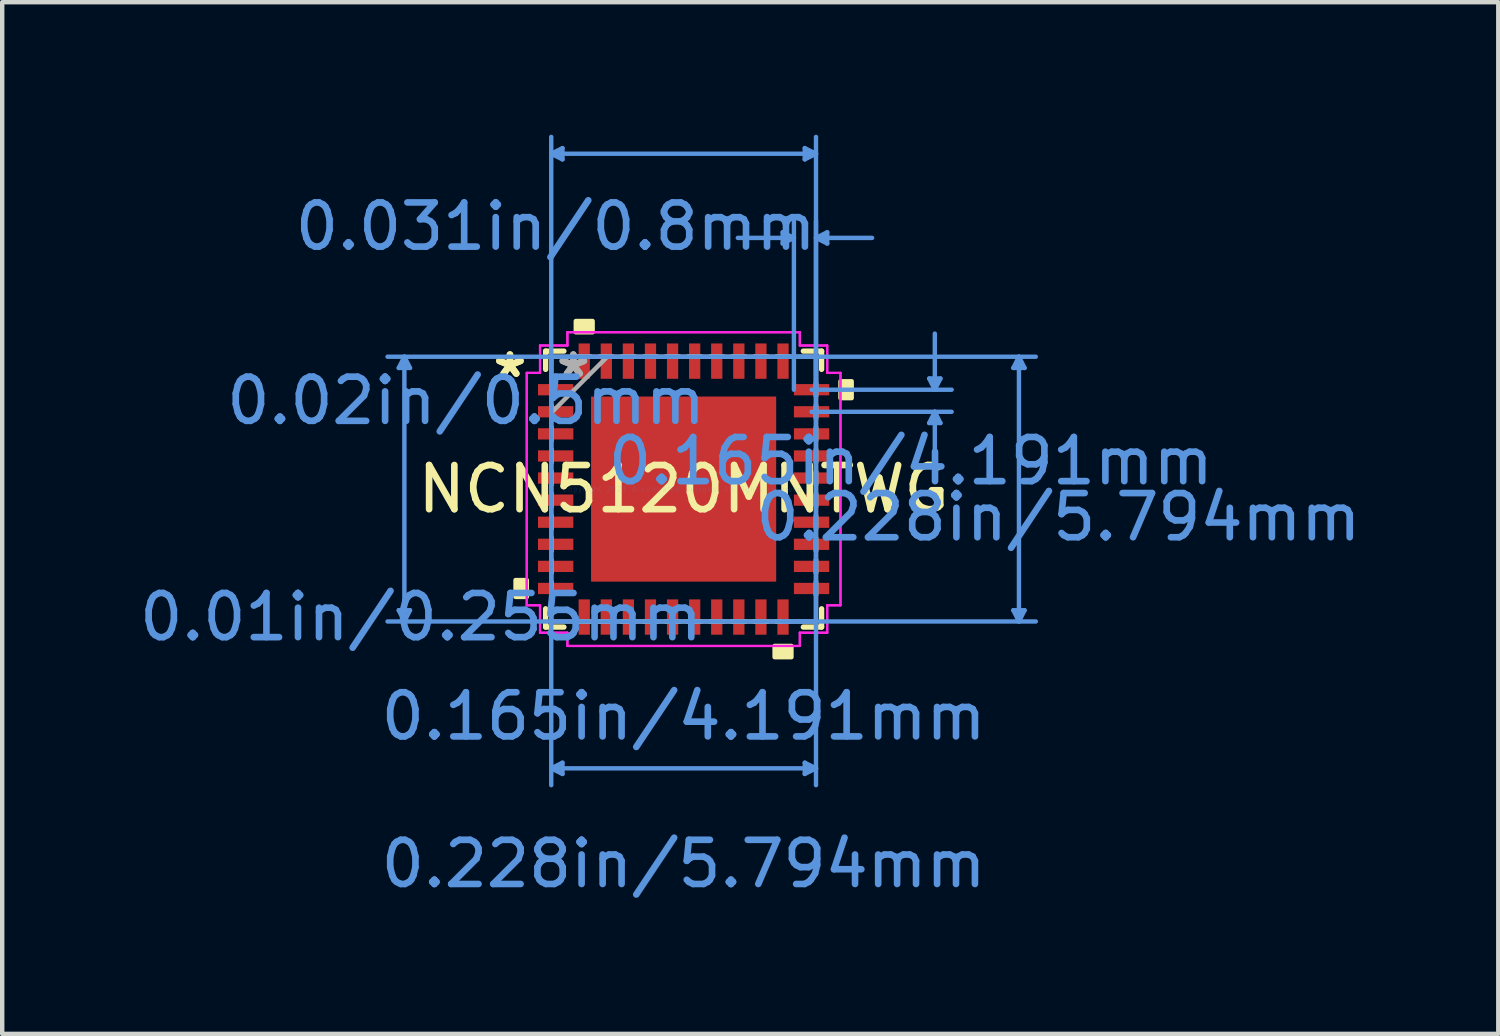
<source format=kicad_pcb>
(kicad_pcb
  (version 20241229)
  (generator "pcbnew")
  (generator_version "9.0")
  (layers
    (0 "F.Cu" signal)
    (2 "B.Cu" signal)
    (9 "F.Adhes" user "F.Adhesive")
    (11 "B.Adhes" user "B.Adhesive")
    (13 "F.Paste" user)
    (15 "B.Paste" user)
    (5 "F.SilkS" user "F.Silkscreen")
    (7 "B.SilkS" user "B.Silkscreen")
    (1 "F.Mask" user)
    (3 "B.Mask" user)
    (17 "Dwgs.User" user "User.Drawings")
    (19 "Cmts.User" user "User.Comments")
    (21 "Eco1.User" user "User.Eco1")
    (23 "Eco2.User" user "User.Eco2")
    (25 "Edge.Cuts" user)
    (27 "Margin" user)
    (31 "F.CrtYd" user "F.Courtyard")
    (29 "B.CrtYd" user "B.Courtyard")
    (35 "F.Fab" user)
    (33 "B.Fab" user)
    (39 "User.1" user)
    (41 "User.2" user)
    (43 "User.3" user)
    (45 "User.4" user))
  (footprint "NCN5120MNTWG"
    (layer "F.Cu")
    (at 12.427 8.023)
    (property "Reference" "NCN5120MNTWG" (at 0 0 0) (layer "F.SilkS") (effects (font (size 1 1) (thickness 0.15))))
    (attr through_hole)
    (fp_line (start -3.124 -3.124) (end -3.124 -2.71) (stroke (width 0.12) (type solid)) (layer "F.SilkS"))
    (fp_line (start -3.124 2.71) (end -3.124 3.124) (stroke (width 0.12) (type solid)) (layer "F.SilkS"))
    (fp_line (start -3.124 3.124) (end -2.71 3.124) (stroke (width 0.12) (type solid)) (layer "F.SilkS"))
    (fp_line (start -2.71 -3.124) (end -3.124 -3.124) (stroke (width 0.12) (type solid)) (layer "F.SilkS"))
    (fp_line (start 2.71 3.124) (end 3.124 3.124) (stroke (width 0.12) (type solid)) (layer "F.SilkS"))
    (fp_line (start 3.124 -3.124) (end 2.71 -3.124) (stroke (width 0.12) (type solid)) (layer "F.SilkS"))
    (fp_line (start 3.124 -2.71) (end 3.124 -3.124) (stroke (width 0.12) (type solid)) (layer "F.SilkS"))
    (fp_line (start 3.124 3.124) (end 3.124 2.71) (stroke (width 0.12) (type solid)) (layer "F.SilkS"))
    (fp_poly (pts (xy -3.805 2.06) (xy -3.805 2.441) (xy -3.551 2.441) (xy -3.551 2.06)) (stroke (width 0.1) (type solid)) (fill yes) (layer "F.SilkS"))
    (fp_poly (pts (xy -2.441 -3.551) (xy -2.441 -3.805) (xy -2.06 -3.805) (xy -2.06 -3.551)) (stroke (width 0.1) (type solid)) (fill yes) (layer "F.SilkS"))
    (fp_poly (pts (xy 2.06 3.551) (xy 2.06 3.805) (xy 2.441 3.805) (xy 2.441 3.551)) (stroke (width 0.1) (type solid)) (fill yes) (layer "F.SilkS"))
    (fp_poly (pts (xy 3.805 -2.441) (xy 3.805 -2.06) (xy 3.551 -2.06) (xy 3.551 -2.441)) (stroke (width 0.1) (type solid)) (fill yes) (layer "F.SilkS"))
    (fp_poly (pts (xy -1.996 -1.996) (xy -1.996 -0.798) (xy -0.798 -0.798) (xy -0.798 -1.996)) (stroke (width 0.1) (type solid)) (fill yes) (layer "F.Paste"))
    (fp_poly (pts (xy -1.996 -0.599) (xy -1.996 0.599) (xy -0.798 0.599) (xy -0.798 -0.599)) (stroke (width 0.1) (type solid)) (fill yes) (layer "F.Paste"))
    (fp_poly (pts (xy -1.996 0.798) (xy -1.996 1.996) (xy -0.798 1.996) (xy -0.798 0.798)) (stroke (width 0.1) (type solid)) (fill yes) (layer "F.Paste"))
    (fp_poly (pts (xy -0.599 -1.996) (xy -0.599 -0.798) (xy 0.599 -0.798) (xy 0.599 -1.996)) (stroke (width 0.1) (type solid)) (fill yes) (layer "F.Paste"))
    (fp_poly (pts (xy -0.599 -0.599) (xy -0.599 0.599) (xy 0.599 0.599) (xy 0.599 -0.599)) (stroke (width 0.1) (type solid)) (fill yes) (layer "F.Paste"))
    (fp_poly (pts (xy -0.599 0.798) (xy -0.599 1.996) (xy 0.599 1.996) (xy 0.599 0.798)) (stroke (width 0.1) (type solid)) (fill yes) (layer "F.Paste"))
    (fp_poly (pts (xy 0.798 -1.996) (xy 0.798 -0.798) (xy 1.996 -0.798) (xy 1.996 -1.996)) (stroke (width 0.1) (type solid)) (fill yes) (layer "F.Paste"))
    (fp_poly (pts (xy 0.798 -0.599) (xy 0.798 0.599) (xy 1.996 0.599) (xy 1.996 -0.599)) (stroke (width 0.1) (type solid)) (fill yes) (layer "F.Paste"))
    (fp_poly (pts (xy 0.798 0.798) (xy 0.798 1.996) (xy 1.996 1.996) (xy 1.996 0.798)) (stroke (width 0.1) (type solid)) (fill yes) (layer "F.Paste"))
    (fp_line (start -6.449 -2.743) (end -6.195 -2.743) (stroke (width 0.1) (type solid)) (layer "Cmts.User"))
    (fp_line (start -6.449 2.743) (end -6.195 2.743) (stroke (width 0.1) (type solid)) (layer "Cmts.User"))
    (fp_line (start -6.322 -2.997) (end -6.449 -2.743) (stroke (width 0.1) (type solid)) (layer "Cmts.User"))
    (fp_line (start -6.322 -2.997) (end -6.322 2.997) (stroke (width 0.1) (type solid)) (layer "Cmts.User"))
    (fp_line (start -6.322 -2.997) (end -6.195 -2.743) (stroke (width 0.1) (type solid)) (layer "Cmts.User"))
    (fp_line (start -6.322 2.997) (end -6.449 2.743) (stroke (width 0.1) (type solid)) (layer "Cmts.User"))
    (fp_line (start -6.322 2.997) (end -6.195 2.743) (stroke (width 0.1) (type solid)) (layer "Cmts.User"))
    (fp_line (start -2.997 -7.592) (end -2.743 -7.719) (stroke (width 0.1) (type solid)) (layer "Cmts.User"))
    (fp_line (start -2.997 -7.592) (end -2.743 -7.465) (stroke (width 0.1) (type solid)) (layer "Cmts.User"))
    (fp_line (start -2.997 -7.592) (end 2.997 -7.592) (stroke (width 0.1) (type solid)) (layer "Cmts.User"))
    (fp_line (start -2.997 -2.997) (end -2.997 6.703) (stroke (width 0.1) (type solid)) (layer "Cmts.User"))
    (fp_line (start -2.997 -2.25) (end -2.997 -7.973) (stroke (width 0.1) (type solid)) (layer "Cmts.User"))
    (fp_line (start -2.997 6.322) (end -2.743 6.195) (stroke (width 0.1) (type solid)) (layer "Cmts.User"))
    (fp_line (start -2.997 6.322) (end -2.743 6.449) (stroke (width 0.1) (type solid)) (layer "Cmts.User"))
    (fp_line (start -2.997 6.322) (end 2.997 6.322) (stroke (width 0.1) (type solid)) (layer "Cmts.User"))
    (fp_line (start -2.743 -7.719) (end -2.743 -7.465) (stroke (width 0.1) (type solid)) (layer "Cmts.User"))
    (fp_line (start -2.743 6.195) (end -2.743 6.449) (stroke (width 0.1) (type solid)) (layer "Cmts.User"))
    (fp_line (start 2.243 -5.814) (end 2.243 -5.56) (stroke (width 0.1) (type solid)) (layer "Cmts.User"))
    (fp_line (start 2.25 -2.997) (end 7.973 -2.997) (stroke (width 0.1) (type solid)) (layer "Cmts.User"))
    (fp_line (start 2.25 2.997) (end 7.973 2.997) (stroke (width 0.1) (type solid)) (layer "Cmts.User"))
    (fp_line (start 2.497 -5.687) (end 1.227 -5.687) (stroke (width 0.1) (type solid)) (layer "Cmts.User"))
    (fp_line (start 2.497 -5.687) (end 2.243 -5.814) (stroke (width 0.1) (type solid)) (layer "Cmts.User"))
    (fp_line (start 2.497 -5.687) (end 2.243 -5.56) (stroke (width 0.1) (type solid)) (layer "Cmts.User"))
    (fp_line (start 2.497 -2.25) (end 2.497 -6.068) (stroke (width 0.1) (type solid)) (layer "Cmts.User"))
    (fp_line (start 2.743 -7.719) (end 2.743 -7.465) (stroke (width 0.1) (type solid)) (layer "Cmts.User"))
    (fp_line (start 2.743 6.195) (end 2.743 6.449) (stroke (width 0.1) (type solid)) (layer "Cmts.User"))
    (fp_line (start 2.897 -2.25) (end 6.068 -2.25) (stroke (width 0.1) (type solid)) (layer "Cmts.User"))
    (fp_line (start 2.897 -1.75) (end 6.068 -1.75) (stroke (width 0.1) (type solid)) (layer "Cmts.User"))
    (fp_line (start 2.997 -7.592) (end 2.743 -7.719) (stroke (width 0.1) (type solid)) (layer "Cmts.User"))
    (fp_line (start 2.997 -7.592) (end 2.743 -7.465) (stroke (width 0.1) (type solid)) (layer "Cmts.User"))
    (fp_line (start 2.997 -5.687) (end 3.251 -5.814) (stroke (width 0.1) (type solid)) (layer "Cmts.User"))
    (fp_line (start 2.997 -5.687) (end 3.251 -5.56) (stroke (width 0.1) (type solid)) (layer "Cmts.User"))
    (fp_line (start 2.997 -5.687) (end 4.267 -5.687) (stroke (width 0.1) (type solid)) (layer "Cmts.User"))
    (fp_line (start 2.997 -2.997) (end -6.703 -2.997) (stroke (width 0.1) (type solid)) (layer "Cmts.User"))
    (fp_line (start 2.997 -2.997) (end 2.997 6.703) (stroke (width 0.1) (type solid)) (layer "Cmts.User"))
    (fp_line (start 2.997 -2.25) (end 2.997 -7.973) (stroke (width 0.1) (type solid)) (layer "Cmts.User"))
    (fp_line (start 2.997 -2.25) (end 2.997 -6.068) (stroke (width 0.1) (type solid)) (layer "Cmts.User"))
    (fp_line (start 2.997 2.997) (end -6.703 2.997) (stroke (width 0.1) (type solid)) (layer "Cmts.User"))
    (fp_line (start 2.997 6.322) (end 2.743 6.195) (stroke (width 0.1) (type solid)) (layer "Cmts.User"))
    (fp_line (start 2.997 6.322) (end 2.743 6.449) (stroke (width 0.1) (type solid)) (layer "Cmts.User"))
    (fp_line (start 3.251 -5.814) (end 3.251 -5.56) (stroke (width 0.1) (type solid)) (layer "Cmts.User"))
    (fp_line (start 5.56 -2.504) (end 5.814 -2.504) (stroke (width 0.1) (type solid)) (layer "Cmts.User"))
    (fp_line (start 5.56 -1.496) (end 5.814 -1.496) (stroke (width 0.1) (type solid)) (layer "Cmts.User"))
    (fp_line (start 5.687 -2.25) (end 5.56 -2.504) (stroke (width 0.1) (type solid)) (layer "Cmts.User"))
    (fp_line (start 5.687 -2.25) (end 5.687 -3.52) (stroke (width 0.1) (type solid)) (layer "Cmts.User"))
    (fp_line (start 5.687 -2.25) (end 5.814 -2.504) (stroke (width 0.1) (type solid)) (layer "Cmts.User"))
    (fp_line (start 5.687 -1.75) (end 5.56 -1.496) (stroke (width 0.1) (type solid)) (layer "Cmts.User"))
    (fp_line (start 5.687 -1.75) (end 5.687 -0.48) (stroke (width 0.1) (type solid)) (layer "Cmts.User"))
    (fp_line (start 5.687 -1.75) (end 5.814 -1.496) (stroke (width 0.1) (type solid)) (layer "Cmts.User"))
    (fp_line (start 7.465 -2.743) (end 7.719 -2.743) (stroke (width 0.1) (type solid)) (layer "Cmts.User"))
    (fp_line (start 7.465 2.743) (end 7.719 2.743) (stroke (width 0.1) (type solid)) (layer "Cmts.User"))
    (fp_line (start 7.592 -2.997) (end 7.465 -2.743) (stroke (width 0.1) (type solid)) (layer "Cmts.User"))
    (fp_line (start 7.592 -2.997) (end 7.592 2.997) (stroke (width 0.1) (type solid)) (layer "Cmts.User"))
    (fp_line (start 7.592 -2.997) (end 7.719 -2.743) (stroke (width 0.1) (type solid)) (layer "Cmts.User"))
    (fp_line (start 7.592 2.997) (end 7.465 2.743) (stroke (width 0.1) (type solid)) (layer "Cmts.User"))
    (fp_line (start 7.592 2.997) (end 7.719 2.743) (stroke (width 0.1) (type solid)) (layer "Cmts.User"))
    (fp_line (start -3.551 -2.631) (end -3.251 -2.631) (stroke (width 0.05) (type solid)) (layer "F.CrtYd"))
    (fp_line (start -3.551 -2.631) (end -3.251 -2.631) (stroke (width 0.05) (type solid)) (layer "F.CrtYd"))
    (fp_line (start -3.551 2.631) (end -3.551 -2.631) (stroke (width 0.05) (type solid)) (layer "F.CrtYd"))
    (fp_line (start -3.551 2.631) (end -3.551 -2.631) (stroke (width 0.05) (type solid)) (layer "F.CrtYd"))
    (fp_line (start -3.251 -3.251) (end -2.631 -3.251) (stroke (width 0.05) (type solid)) (layer "F.CrtYd"))
    (fp_line (start -3.251 -3.251) (end -2.631 -3.251) (stroke (width 0.05) (type solid)) (layer "F.CrtYd"))
    (fp_line (start -3.251 -2.631) (end -3.251 -3.251) (stroke (width 0.05) (type solid)) (layer "F.CrtYd"))
    (fp_line (start -3.251 -2.631) (end -3.251 -3.251) (stroke (width 0.05) (type solid)) (layer "F.CrtYd"))
    (fp_line (start -3.251 2.631) (end -3.551 2.631) (stroke (width 0.05) (type solid)) (layer "F.CrtYd"))
    (fp_line (start -3.251 2.631) (end -3.551 2.631) (stroke (width 0.05) (type solid)) (layer "F.CrtYd"))
    (fp_line (start -3.251 3.251) (end -3.251 2.631) (stroke (width 0.05) (type solid)) (layer "F.CrtYd"))
    (fp_line (start -3.251 3.251) (end -3.251 2.631) (stroke (width 0.05) (type solid)) (layer "F.CrtYd"))
    (fp_line (start -2.631 -3.551) (end 2.631 -3.551) (stroke (width 0.05) (type solid)) (layer "F.CrtYd"))
    (fp_line (start -2.631 -3.551) (end 2.631 -3.551) (stroke (width 0.05) (type solid)) (layer "F.CrtYd"))
    (fp_line (start -2.631 -3.251) (end -2.631 -3.551) (stroke (width 0.05) (type solid)) (layer "F.CrtYd"))
    (fp_line (start -2.631 -3.251) (end -2.631 -3.551) (stroke (width 0.05) (type solid)) (layer "F.CrtYd"))
    (fp_line (start -2.631 3.251) (end -3.251 3.251) (stroke (width 0.05) (type solid)) (layer "F.CrtYd"))
    (fp_line (start -2.631 3.251) (end -3.251 3.251) (stroke (width 0.05) (type solid)) (layer "F.CrtYd"))
    (fp_line (start -2.631 3.551) (end -2.631 3.251) (stroke (width 0.05) (type solid)) (layer "F.CrtYd"))
    (fp_line (start -2.631 3.551) (end -2.631 3.251) (stroke (width 0.05) (type solid)) (layer "F.CrtYd"))
    (fp_line (start 2.631 -3.551) (end 2.631 -3.251) (stroke (width 0.05) (type solid)) (layer "F.CrtYd"))
    (fp_line (start 2.631 -3.551) (end 2.631 -3.251) (stroke (width 0.05) (type solid)) (layer "F.CrtYd"))
    (fp_line (start 2.631 -3.251) (end 3.251 -3.251) (stroke (width 0.05) (type solid)) (layer "F.CrtYd"))
    (fp_line (start 2.631 -3.251) (end 3.251 -3.251) (stroke (width 0.05) (type solid)) (layer "F.CrtYd"))
    (fp_line (start 2.631 3.251) (end 2.631 3.551) (stroke (width 0.05) (type solid)) (layer "F.CrtYd"))
    (fp_line (start 2.631 3.251) (end 2.631 3.551) (stroke (width 0.05) (type solid)) (layer "F.CrtYd"))
    (fp_line (start 2.631 3.551) (end -2.631 3.551) (stroke (width 0.05) (type solid)) (layer "F.CrtYd"))
    (fp_line (start 2.631 3.551) (end -2.631 3.551) (stroke (width 0.05) (type solid)) (layer "F.CrtYd"))
    (fp_line (start 3.251 -3.251) (end 3.251 -2.631) (stroke (width 0.05) (type solid)) (layer "F.CrtYd"))
    (fp_line (start 3.251 -3.251) (end 3.251 -2.631) (stroke (width 0.05) (type solid)) (layer "F.CrtYd"))
    (fp_line (start 3.251 -2.631) (end 3.551 -2.631) (stroke (width 0.05) (type solid)) (layer "F.CrtYd"))
    (fp_line (start 3.251 -2.631) (end 3.551 -2.631) (stroke (width 0.05) (type solid)) (layer "F.CrtYd"))
    (fp_line (start 3.251 2.631) (end 3.251 3.251) (stroke (width 0.05) (type solid)) (layer "F.CrtYd"))
    (fp_line (start 3.251 2.631) (end 3.251 3.251) (stroke (width 0.05) (type solid)) (layer "F.CrtYd"))
    (fp_line (start 3.251 3.251) (end 2.631 3.251) (stroke (width 0.05) (type solid)) (layer "F.CrtYd"))
    (fp_line (start 3.251 3.251) (end 2.631 3.251) (stroke (width 0.05) (type solid)) (layer "F.CrtYd"))
    (fp_line (start 3.551 -2.631) (end 3.551 2.631) (stroke (width 0.05) (type solid)) (layer "F.CrtYd"))
    (fp_line (start 3.551 -2.631) (end 3.551 2.631) (stroke (width 0.05) (type solid)) (layer "F.CrtYd"))
    (fp_line (start 3.551 2.631) (end 3.251 2.631) (stroke (width 0.05) (type solid)) (layer "F.CrtYd"))
    (fp_line (start 3.551 2.631) (end 3.251 2.631) (stroke (width 0.05) (type solid)) (layer "F.CrtYd"))
    (fp_line (start -2.997 -2.997) (end -2.997 -2.997) (stroke (width 0.1) (type solid)) (layer "F.Fab"))
    (fp_line (start -2.997 -2.997) (end -2.997 2.997) (stroke (width 0.1) (type solid)) (layer "F.Fab"))
    (fp_line (start -2.997 -2.402) (end -2.997 -2.402) (stroke (width 0.1) (type solid)) (layer "F.Fab"))
    (fp_line (start -2.997 -2.402) (end -2.997 -2.098) (stroke (width 0.1) (type solid)) (layer "F.Fab"))
    (fp_line (start -2.997 -2.098) (end -2.997 -2.402) (stroke (width 0.1) (type solid)) (layer "F.Fab"))
    (fp_line (start -2.997 -2.098) (end -2.997 -2.098) (stroke (width 0.1) (type solid)) (layer "F.Fab"))
    (fp_line (start -2.997 -1.902) (end -2.997 -1.902) (stroke (width 0.1) (type solid)) (layer "F.Fab"))
    (fp_line (start -2.997 -1.902) (end -2.997 -1.598) (stroke (width 0.1) (type solid)) (layer "F.Fab"))
    (fp_line (start -2.997 -1.727) (end -1.727 -2.997) (stroke (width 0.1) (type solid)) (layer "F.Fab"))
    (fp_line (start -2.997 -1.598) (end -2.997 -1.902) (stroke (width 0.1) (type solid)) (layer "F.Fab"))
    (fp_line (start -2.997 -1.598) (end -2.997 -1.598) (stroke (width 0.1) (type solid)) (layer "F.Fab"))
    (fp_line (start -2.997 -1.402) (end -2.997 -1.402) (stroke (width 0.1) (type solid)) (layer "F.Fab"))
    (fp_line (start -2.997 -1.402) (end -2.997 -1.098) (stroke (width 0.1) (type solid)) (layer "F.Fab"))
    (fp_line (start -2.997 -1.098) (end -2.997 -1.402) (stroke (width 0.1) (type solid)) (layer "F.Fab"))
    (fp_line (start -2.997 -1.098) (end -2.997 -1.098) (stroke (width 0.1) (type solid)) (layer "F.Fab"))
    (fp_line (start -2.997 -0.902) (end -2.997 -0.902) (stroke (width 0.1) (type solid)) (layer "F.Fab"))
    (fp_line (start -2.997 -0.902) (end -2.997 -0.598) (stroke (width 0.1) (type solid)) (layer "F.Fab"))
    (fp_line (start -2.997 -0.598) (end -2.997 -0.902) (stroke (width 0.1) (type solid)) (layer "F.Fab"))
    (fp_line (start -2.997 -0.598) (end -2.997 -0.598) (stroke (width 0.1) (type solid)) (layer "F.Fab"))
    (fp_line (start -2.997 -0.402) (end -2.997 -0.402) (stroke (width 0.1) (type solid)) (layer "F.Fab"))
    (fp_line (start -2.997 -0.402) (end -2.997 -0.098) (stroke (width 0.1) (type solid)) (layer "F.Fab"))
    (fp_line (start -2.997 -0.098) (end -2.997 -0.402) (stroke (width 0.1) (type solid)) (layer "F.Fab"))
    (fp_line (start -2.997 -0.098) (end -2.997 -0.098) (stroke (width 0.1) (type solid)) (layer "F.Fab"))
    (fp_line (start -2.997 0.098) (end -2.997 0.098) (stroke (width 0.1) (type solid)) (layer "F.Fab"))
    (fp_line (start -2.997 0.098) (end -2.997 0.402) (stroke (width 0.1) (type solid)) (layer "F.Fab"))
    (fp_line (start -2.997 0.402) (end -2.997 0.098) (stroke (width 0.1) (type solid)) (layer "F.Fab"))
    (fp_line (start -2.997 0.402) (end -2.997 0.402) (stroke (width 0.1) (type solid)) (layer "F.Fab"))
    (fp_line (start -2.997 0.598) (end -2.997 0.598) (stroke (width 0.1) (type solid)) (layer "F.Fab"))
    (fp_line (start -2.997 0.598) (end -2.997 0.902) (stroke (width 0.1) (type solid)) (layer "F.Fab"))
    (fp_line (start -2.997 0.902) (end -2.997 0.598) (stroke (width 0.1) (type solid)) (layer "F.Fab"))
    (fp_line (start -2.997 0.902) (end -2.997 0.902) (stroke (width 0.1) (type solid)) (layer "F.Fab"))
    (fp_line (start -2.997 1.098) (end -2.997 1.098) (stroke (width 0.1) (type solid)) (layer "F.Fab"))
    (fp_line (start -2.997 1.098) (end -2.997 1.402) (stroke (width 0.1) (type solid)) (layer "F.Fab"))
    (fp_line (start -2.997 1.402) (end -2.997 1.098) (stroke (width 0.1) (type solid)) (layer "F.Fab"))
    (fp_line (start -2.997 1.402) (end -2.997 1.402) (stroke (width 0.1) (type solid)) (layer "F.Fab"))
    (fp_line (start -2.997 1.598) (end -2.997 1.598) (stroke (width 0.1) (type solid)) (layer "F.Fab"))
    (fp_line (start -2.997 1.598) (end -2.997 1.902) (stroke (width 0.1) (type solid)) (layer "F.Fab"))
    (fp_line (start -2.997 1.902) (end -2.997 1.598) (stroke (width 0.1) (type solid)) (layer "F.Fab"))
    (fp_line (start -2.997 1.902) (end -2.997 1.902) (stroke (width 0.1) (type solid)) (layer "F.Fab"))
    (fp_line (start -2.997 2.098) (end -2.997 2.098) (stroke (width 0.1) (type solid)) (layer "F.Fab"))
    (fp_line (start -2.997 2.098) (end -2.997 2.402) (stroke (width 0.1) (type solid)) (layer "F.Fab"))
    (fp_line (start -2.997 2.402) (end -2.997 2.098) (stroke (width 0.1) (type solid)) (layer "F.Fab"))
    (fp_line (start -2.997 2.402) (end -2.997 2.402) (stroke (width 0.1) (type solid)) (layer "F.Fab"))
    (fp_line (start -2.997 2.997) (end -2.997 2.997) (stroke (width 0.1) (type solid)) (layer "F.Fab"))
    (fp_line (start -2.997 2.997) (end 2.997 2.997) (stroke (width 0.1) (type solid)) (layer "F.Fab"))
    (fp_line (start -2.402 -2.997) (end -2.402 -2.997) (stroke (width 0.1) (type solid)) (layer "F.Fab"))
    (fp_line (start -2.402 -2.997) (end -2.098 -2.997) (stroke (width 0.1) (type solid)) (layer "F.Fab"))
    (fp_line (start -2.402 2.997) (end -2.402 2.997) (stroke (width 0.1) (type solid)) (layer "F.Fab"))
    (fp_line (start -2.402 2.997) (end -2.098 2.997) (stroke (width 0.1) (type solid)) (layer "F.Fab"))
    (fp_line (start -2.098 -2.997) (end -2.402 -2.997) (stroke (width 0.1) (type solid)) (layer "F.Fab"))
    (fp_line (start -2.098 -2.997) (end -2.098 -2.997) (stroke (width 0.1) (type solid)) (layer "F.Fab"))
    (fp_line (start -2.098 2.997) (end -2.402 2.997) (stroke (width 0.1) (type solid)) (layer "F.Fab"))
    (fp_line (start -2.098 2.997) (end -2.098 2.997) (stroke (width 0.1) (type solid)) (layer "F.Fab"))
    (fp_line (start -1.902 -2.997) (end -1.902 -2.997) (stroke (width 0.1) (type solid)) (layer "F.Fab"))
    (fp_line (start -1.902 -2.997) (end -1.598 -2.997) (stroke (width 0.1) (type solid)) (layer "F.Fab"))
    (fp_line (start -1.902 2.997) (end -1.902 2.997) (stroke (width 0.1) (type solid)) (layer "F.Fab"))
    (fp_line (start -1.902 2.997) (end -1.598 2.997) (stroke (width 0.1) (type solid)) (layer "F.Fab"))
    (fp_line (start -1.598 -2.997) (end -1.902 -2.997) (stroke (width 0.1) (type solid)) (layer "F.Fab"))
    (fp_line (start -1.598 -2.997) (end -1.598 -2.997) (stroke (width 0.1) (type solid)) (layer "F.Fab"))
    (fp_line (start -1.598 2.997) (end -1.902 2.997) (stroke (width 0.1) (type solid)) (layer "F.Fab"))
    (fp_line (start -1.598 2.997) (end -1.598 2.997) (stroke (width 0.1) (type solid)) (layer "F.Fab"))
    (fp_line (start -1.402 -2.997) (end -1.402 -2.997) (stroke (width 0.1) (type solid)) (layer "F.Fab"))
    (fp_line (start -1.402 -2.997) (end -1.098 -2.997) (stroke (width 0.1) (type solid)) (layer "F.Fab"))
    (fp_line (start -1.402 2.997) (end -1.402 2.997) (stroke (width 0.1) (type solid)) (layer "F.Fab"))
    (fp_line (start -1.402 2.997) (end -1.098 2.997) (stroke (width 0.1) (type solid)) (layer "F.Fab"))
    (fp_line (start -1.098 -2.997) (end -1.402 -2.997) (stroke (width 0.1) (type solid)) (layer "F.Fab"))
    (fp_line (start -1.098 -2.997) (end -1.098 -2.997) (stroke (width 0.1) (type solid)) (layer "F.Fab"))
    (fp_line (start -1.098 2.997) (end -1.402 2.997) (stroke (width 0.1) (type solid)) (layer "F.Fab"))
    (fp_line (start -1.098 2.997) (end -1.098 2.997) (stroke (width 0.1) (type solid)) (layer "F.Fab"))
    (fp_line (start -0.902 -2.997) (end -0.902 -2.997) (stroke (width 0.1) (type solid)) (layer "F.Fab"))
    (fp_line (start -0.902 -2.997) (end -0.598 -2.997) (stroke (width 0.1) (type solid)) (layer "F.Fab"))
    (fp_line (start -0.902 2.997) (end -0.902 2.997) (stroke (width 0.1) (type solid)) (layer "F.Fab"))
    (fp_line (start -0.902 2.997) (end -0.598 2.997) (stroke (width 0.1) (type solid)) (layer "F.Fab"))
    (fp_line (start -0.598 -2.997) (end -0.902 -2.997) (stroke (width 0.1) (type solid)) (layer "F.Fab"))
    (fp_line (start -0.598 -2.997) (end -0.598 -2.997) (stroke (width 0.1) (type solid)) (layer "F.Fab"))
    (fp_line (start -0.598 2.997) (end -0.902 2.997) (stroke (width 0.1) (type solid)) (layer "F.Fab"))
    (fp_line (start -0.598 2.997) (end -0.598 2.997) (stroke (width 0.1) (type solid)) (layer "F.Fab"))
    (fp_line (start -0.402 -2.997) (end -0.402 -2.997) (stroke (width 0.1) (type solid)) (layer "F.Fab"))
    (fp_line (start -0.402 -2.997) (end -0.098 -2.997) (stroke (width 0.1) (type solid)) (layer "F.Fab"))
    (fp_line (start -0.402 2.997) (end -0.402 2.997) (stroke (width 0.1) (type solid)) (layer "F.Fab"))
    (fp_line (start -0.402 2.997) (end -0.098 2.997) (stroke (width 0.1) (type solid)) (layer "F.Fab"))
    (fp_line (start -0.098 -2.997) (end -0.402 -2.997) (stroke (width 0.1) (type solid)) (layer "F.Fab"))
    (fp_line (start -0.098 -2.997) (end -0.098 -2.997) (stroke (width 0.1) (type solid)) (layer "F.Fab"))
    (fp_line (start -0.098 2.997) (end -0.402 2.997) (stroke (width 0.1) (type solid)) (layer "F.Fab"))
    (fp_line (start -0.098 2.997) (end -0.098 2.997) (stroke (width 0.1) (type solid)) (layer "F.Fab"))
    (fp_line (start 0.098 -2.997) (end 0.098 -2.997) (stroke (width 0.1) (type solid)) (layer "F.Fab"))
    (fp_line (start 0.098 -2.997) (end 0.402 -2.997) (stroke (width 0.1) (type solid)) (layer "F.Fab"))
    (fp_line (start 0.098 2.997) (end 0.098 2.997) (stroke (width 0.1) (type solid)) (layer "F.Fab"))
    (fp_line (start 0.098 2.997) (end 0.402 2.997) (stroke (width 0.1) (type solid)) (layer "F.Fab"))
    (fp_line (start 0.402 -2.997) (end 0.098 -2.997) (stroke (width 0.1) (type solid)) (layer "F.Fab"))
    (fp_line (start 0.402 -2.997) (end 0.402 -2.997) (stroke (width 0.1) (type solid)) (layer "F.Fab"))
    (fp_line (start 0.402 2.997) (end 0.098 2.997) (stroke (width 0.1) (type solid)) (layer "F.Fab"))
    (fp_line (start 0.402 2.997) (end 0.402 2.997) (stroke (width 0.1) (type solid)) (layer "F.Fab"))
    (fp_line (start 0.598 -2.997) (end 0.598 -2.997) (stroke (width 0.1) (type solid)) (layer "F.Fab"))
    (fp_line (start 0.598 -2.997) (end 0.902 -2.997) (stroke (width 0.1) (type solid)) (layer "F.Fab"))
    (fp_line (start 0.598 2.997) (end 0.598 2.997) (stroke (width 0.1) (type solid)) (layer "F.Fab"))
    (fp_line (start 0.598 2.997) (end 0.902 2.997) (stroke (width 0.1) (type solid)) (layer "F.Fab"))
    (fp_line (start 0.902 -2.997) (end 0.598 -2.997) (stroke (width 0.1) (type solid)) (layer "F.Fab"))
    (fp_line (start 0.902 -2.997) (end 0.902 -2.997) (stroke (width 0.1) (type solid)) (layer "F.Fab"))
    (fp_line (start 0.902 2.997) (end 0.598 2.997) (stroke (width 0.1) (type solid)) (layer "F.Fab"))
    (fp_line (start 0.902 2.997) (end 0.902 2.997) (stroke (width 0.1) (type solid)) (layer "F.Fab"))
    (fp_line (start 1.098 -2.997) (end 1.098 -2.997) (stroke (width 0.1) (type solid)) (layer "F.Fab"))
    (fp_line (start 1.098 -2.997) (end 1.402 -2.997) (stroke (width 0.1) (type solid)) (layer "F.Fab"))
    (fp_line (start 1.098 2.997) (end 1.098 2.997) (stroke (width 0.1) (type solid)) (layer "F.Fab"))
    (fp_line (start 1.098 2.997) (end 1.402 2.997) (stroke (width 0.1) (type solid)) (layer "F.Fab"))
    (fp_line (start 1.402 -2.997) (end 1.098 -2.997) (stroke (width 0.1) (type solid)) (layer "F.Fab"))
    (fp_line (start 1.402 -2.997) (end 1.402 -2.997) (stroke (width 0.1) (type solid)) (layer "F.Fab"))
    (fp_line (start 1.402 2.997) (end 1.098 2.997) (stroke (width 0.1) (type solid)) (layer "F.Fab"))
    (fp_line (start 1.402 2.997) (end 1.402 2.997) (stroke (width 0.1) (type solid)) (layer "F.Fab"))
    (fp_line (start 1.598 -2.997) (end 1.598 -2.997) (stroke (width 0.1) (type solid)) (layer "F.Fab"))
    (fp_line (start 1.598 -2.997) (end 1.902 -2.997) (stroke (width 0.1) (type solid)) (layer "F.Fab"))
    (fp_line (start 1.598 2.997) (end 1.598 2.997) (stroke (width 0.1) (type solid)) (layer "F.Fab"))
    (fp_line (start 1.598 2.997) (end 1.902 2.997) (stroke (width 0.1) (type solid)) (layer "F.Fab"))
    (fp_line (start 1.902 -2.997) (end 1.598 -2.997) (stroke (width 0.1) (type solid)) (layer "F.Fab"))
    (fp_line (start 1.902 -2.997) (end 1.902 -2.997) (stroke (width 0.1) (type solid)) (layer "F.Fab"))
    (fp_line (start 1.902 2.997) (end 1.598 2.997) (stroke (width 0.1) (type solid)) (layer "F.Fab"))
    (fp_line (start 1.902 2.997) (end 1.902 2.997) (stroke (width 0.1) (type solid)) (layer "F.Fab"))
    (fp_line (start 2.098 -2.997) (end 2.098 -2.997) (stroke (width 0.1) (type solid)) (layer "F.Fab"))
    (fp_line (start 2.098 -2.997) (end 2.402 -2.997) (stroke (width 0.1) (type solid)) (layer "F.Fab"))
    (fp_line (start 2.098 2.997) (end 2.098 2.997) (stroke (width 0.1) (type solid)) (layer "F.Fab"))
    (fp_line (start 2.098 2.997) (end 2.402 2.997) (stroke (width 0.1) (type solid)) (layer "F.Fab"))
    (fp_line (start 2.402 -2.997) (end 2.098 -2.997) (stroke (width 0.1) (type solid)) (layer "F.Fab"))
    (fp_line (start 2.402 -2.997) (end 2.402 -2.997) (stroke (width 0.1) (type solid)) (layer "F.Fab"))
    (fp_line (start 2.402 2.997) (end 2.098 2.997) (stroke (width 0.1) (type solid)) (layer "F.Fab"))
    (fp_line (start 2.402 2.997) (end 2.402 2.997) (stroke (width 0.1) (type solid)) (layer "F.Fab"))
    (fp_line (start 2.997 -2.997) (end -2.997 -2.997) (stroke (width 0.1) (type solid)) (layer "F.Fab"))
    (fp_line (start 2.997 -2.997) (end 2.997 -2.997) (stroke (width 0.1) (type solid)) (layer "F.Fab"))
    (fp_line (start 2.997 -2.402) (end 2.997 -2.402) (stroke (width 0.1) (type solid)) (layer "F.Fab"))
    (fp_line (start 2.997 -2.402) (end 2.997 -2.098) (stroke (width 0.1) (type solid)) (layer "F.Fab"))
    (fp_line (start 2.997 -2.098) (end 2.997 -2.402) (stroke (width 0.1) (type solid)) (layer "F.Fab"))
    (fp_line (start 2.997 -2.098) (end 2.997 -2.098) (stroke (width 0.1) (type solid)) (layer "F.Fab"))
    (fp_line (start 2.997 -1.902) (end 2.997 -1.902) (stroke (width 0.1) (type solid)) (layer "F.Fab"))
    (fp_line (start 2.997 -1.902) (end 2.997 -1.598) (stroke (width 0.1) (type solid)) (layer "F.Fab"))
    (fp_line (start 2.997 -1.598) (end 2.997 -1.902) (stroke (width 0.1) (type solid)) (layer "F.Fab"))
    (fp_line (start 2.997 -1.598) (end 2.997 -1.598) (stroke (width 0.1) (type solid)) (layer "F.Fab"))
    (fp_line (start 2.997 -1.402) (end 2.997 -1.402) (stroke (width 0.1) (type solid)) (layer "F.Fab"))
    (fp_line (start 2.997 -1.402) (end 2.997 -1.098) (stroke (width 0.1) (type solid)) (layer "F.Fab"))
    (fp_line (start 2.997 -1.098) (end 2.997 -1.402) (stroke (width 0.1) (type solid)) (layer "F.Fab"))
    (fp_line (start 2.997 -1.098) (end 2.997 -1.098) (stroke (width 0.1) (type solid)) (layer "F.Fab"))
    (fp_line (start 2.997 -0.902) (end 2.997 -0.902) (stroke (width 0.1) (type solid)) (layer "F.Fab"))
    (fp_line (start 2.997 -0.902) (end 2.997 -0.598) (stroke (width 0.1) (type solid)) (layer "F.Fab"))
    (fp_line (start 2.997 -0.598) (end 2.997 -0.902) (stroke (width 0.1) (type solid)) (layer "F.Fab"))
    (fp_line (start 2.997 -0.598) (end 2.997 -0.598) (stroke (width 0.1) (type solid)) (layer "F.Fab"))
    (fp_line (start 2.997 -0.402) (end 2.997 -0.402) (stroke (width 0.1) (type solid)) (layer "F.Fab"))
    (fp_line (start 2.997 -0.402) (end 2.997 -0.098) (stroke (width 0.1) (type solid)) (layer "F.Fab"))
    (fp_line (start 2.997 -0.098) (end 2.997 -0.402) (stroke (width 0.1) (type solid)) (layer "F.Fab"))
    (fp_line (start 2.997 -0.098) (end 2.997 -0.098) (stroke (width 0.1) (type solid)) (layer "F.Fab"))
    (fp_line (start 2.997 0.098) (end 2.997 0.098) (stroke (width 0.1) (type solid)) (layer "F.Fab"))
    (fp_line (start 2.997 0.098) (end 2.997 0.402) (stroke (width 0.1) (type solid)) (layer "F.Fab"))
    (fp_line (start 2.997 0.402) (end 2.997 0.098) (stroke (width 0.1) (type solid)) (layer "F.Fab"))
    (fp_line (start 2.997 0.402) (end 2.997 0.402) (stroke (width 0.1) (type solid)) (layer "F.Fab"))
    (fp_line (start 2.997 0.598) (end 2.997 0.598) (stroke (width 0.1) (type solid)) (layer "F.Fab"))
    (fp_line (start 2.997 0.598) (end 2.997 0.902) (stroke (width 0.1) (type solid)) (layer "F.Fab"))
    (fp_line (start 2.997 0.902) (end 2.997 0.598) (stroke (width 0.1) (type solid)) (layer "F.Fab"))
    (fp_line (start 2.997 0.902) (end 2.997 0.902) (stroke (width 0.1) (type solid)) (layer "F.Fab"))
    (fp_line (start 2.997 1.098) (end 2.997 1.098) (stroke (width 0.1) (type solid)) (layer "F.Fab"))
    (fp_line (start 2.997 1.098) (end 2.997 1.402) (stroke (width 0.1) (type solid)) (layer "F.Fab"))
    (fp_line (start 2.997 1.402) (end 2.997 1.098) (stroke (width 0.1) (type solid)) (layer "F.Fab"))
    (fp_line (start 2.997 1.402) (end 2.997 1.402) (stroke (width 0.1) (type solid)) (layer "F.Fab"))
    (fp_line (start 2.997 1.598) (end 2.997 1.598) (stroke (width 0.1) (type solid)) (layer "F.Fab"))
    (fp_line (start 2.997 1.598) (end 2.997 1.902) (stroke (width 0.1) (type solid)) (layer "F.Fab"))
    (fp_line (start 2.997 1.902) (end 2.997 1.598) (stroke (width 0.1) (type solid)) (layer "F.Fab"))
    (fp_line (start 2.997 1.902) (end 2.997 1.902) (stroke (width 0.1) (type solid)) (layer "F.Fab"))
    (fp_line (start 2.997 2.098) (end 2.997 2.098) (stroke (width 0.1) (type solid)) (layer "F.Fab"))
    (fp_line (start 2.997 2.098) (end 2.997 2.402) (stroke (width 0.1) (type solid)) (layer "F.Fab"))
    (fp_line (start 2.997 2.402) (end 2.997 2.098) (stroke (width 0.1) (type solid)) (layer "F.Fab"))
    (fp_line (start 2.997 2.402) (end 2.997 2.402) (stroke (width 0.1) (type solid)) (layer "F.Fab"))
    (fp_line (start 2.997 2.997) (end 2.997 -2.997) (stroke (width 0.1) (type solid)) (layer "F.Fab"))
    (fp_line (start 2.997 2.997) (end 2.997 2.997) (stroke (width 0.1) (type solid)) (layer "F.Fab"))
    (fp_text user "*" (at -3.932 -2.5 0) (layer "F.SilkS") (effects (font (size 1 1) (thickness 0.15))))
    (fp_text user "*" (at -3.932 -2.5 0) (layer "F.SilkS") (effects (font (size 1 1) (thickness 0.15))))
    (fp_text user "0.228in/5.794mm" (at 8.485 0.635 0) (layer "Cmts.User") (effects (font (size 1 1) (thickness 0.15))))
    (fp_text user "0.01in/0.255mm" (at -5.945 2.897 0) (layer "Cmts.User") (effects (font (size 1 1) (thickness 0.15))))
    (fp_text user "0.228in/5.794mm" (at 0 8.485 0) (layer "Cmts.User") (effects (font (size 1 1) (thickness 0.15))))
    (fp_text user "0.165in/4.191mm" (at 5.144 -0.635 0) (layer "Cmts.User") (effects (font (size 1 1) (thickness 0.15))))
    (fp_text user "Copyright 2021 Accelerated Designs. All rights reserved." (at 0 0 0) (layer "Cmts.User") (effects (font (size 0.127 0.127) (thickness 0.002))))
    (fp_text user "0.031in/0.8mm" (at -2.897 -5.945 0) (layer "Cmts.User") (effects (font (size 1 1) (thickness 0.15))))
    (fp_text user "0.02in/0.5mm" (at -4.925 -2 0) (layer "Cmts.User") (effects (font (size 1 1) (thickness 0.15))))
    (fp_text user "0.165in/4.191mm" (at 0 5.144 0) (layer "Cmts.User") (effects (font (size 1 1) (thickness 0.15))))
    (fp_text user "*" (at -2.497 -2.5 0) (layer "F.Fab") (effects (font (size 1 1) (thickness 0.15))))
    (fp_text user "*" (at -2.497 -2.5 0) (layer "F.Fab") (effects (font (size 1 1) (thickness 0.15))))
    (pad "1" smd rect (at -2.897 -2.25 90) (size 0.255 0.8) (layers "F.Cu" "F.Mask" "F.Paste"))
    (pad "2" smd rect (at -2.897 -1.75 90) (size 0.255 0.8) (layers "F.Cu" "F.Mask" "F.Paste"))
    (pad "3" smd rect (at -2.897 -1.25 90) (size 0.255 0.8) (layers "F.Cu" "F.Mask" "F.Paste"))
    (pad "4" smd rect (at -2.897 -0.75 90) (size 0.255 0.8) (layers "F.Cu" "F.Mask" "F.Paste"))
    (pad "5" smd rect (at -2.897 -0.25 90) (size 0.255 0.8) (layers "F.Cu" "F.Mask" "F.Paste"))
    (pad "6" smd rect (at -2.897 0.25 90) (size 0.255 0.8) (layers "F.Cu" "F.Mask" "F.Paste"))
    (pad "7" smd rect (at -2.897 0.75 90) (size 0.255 0.8) (layers "F.Cu" "F.Mask" "F.Paste"))
    (pad "8" smd rect (at -2.897 1.25 90) (size 0.255 0.8) (layers "F.Cu" "F.Mask" "F.Paste"))
    (pad "9" smd rect (at -2.897 1.75 90) (size 0.255 0.8) (layers "F.Cu" "F.Mask" "F.Paste"))
    (pad "10" smd rect (at -2.897 2.25 90) (size 0.255 0.8) (layers "F.Cu" "F.Mask" "F.Paste"))
    (pad "11" smd rect (at -2.25 2.897) (size 0.255 0.8) (layers "F.Cu" "F.Mask" "F.Paste"))
    (pad "12" smd rect (at -1.75 2.897) (size 0.255 0.8) (layers "F.Cu" "F.Mask" "F.Paste"))
    (pad "13" smd rect (at -1.25 2.897) (size 0.255 0.8) (layers "F.Cu" "F.Mask" "F.Paste"))
    (pad "14" smd rect (at -0.75 2.897) (size 0.255 0.8) (layers "F.Cu" "F.Mask" "F.Paste"))
    (pad "15" smd rect (at -0.25 2.897) (size 0.255 0.8) (layers "F.Cu" "F.Mask" "F.Paste"))
    (pad "16" smd rect (at 0.25 2.897) (size 0.255 0.8) (layers "F.Cu" "F.Mask" "F.Paste"))
    (pad "17" smd rect (at 0.75 2.897) (size 0.255 0.8) (layers "F.Cu" "F.Mask" "F.Paste"))
    (pad "18" smd rect (at 1.25 2.897) (size 0.255 0.8) (layers "F.Cu" "F.Mask" "F.Paste"))
    (pad "19" smd rect (at 1.75 2.897) (size 0.255 0.8) (layers "F.Cu" "F.Mask" "F.Paste"))
    (pad "20" smd rect (at 2.25 2.897) (size 0.255 0.8) (layers "F.Cu" "F.Mask" "F.Paste"))
    (pad "21" smd rect (at 2.897 2.25 90) (size 0.255 0.8) (layers "F.Cu" "F.Mask" "F.Paste"))
    (pad "22" smd rect (at 2.897 1.75 90) (size 0.255 0.8) (layers "F.Cu" "F.Mask" "F.Paste"))
    (pad "23" smd rect (at 2.897 1.25 90) (size 0.255 0.8) (layers "F.Cu" "F.Mask" "F.Paste"))
    (pad "24" smd rect (at 2.897 0.75 90) (size 0.255 0.8) (layers "F.Cu" "F.Mask" "F.Paste"))
    (pad "25" smd rect (at 2.897 0.25 90) (size 0.255 0.8) (layers "F.Cu" "F.Mask" "F.Paste"))
    (pad "26" smd rect (at 2.897 -0.25 90) (size 0.255 0.8) (layers "F.Cu" "F.Mask" "F.Paste"))
    (pad "27" smd rect (at 2.897 -0.75 90) (size 0.255 0.8) (layers "F.Cu" "F.Mask" "F.Paste"))
    (pad "28" smd rect (at 2.897 -1.25 90) (size 0.255 0.8) (layers "F.Cu" "F.Mask" "F.Paste"))
    (pad "29" smd rect (at 2.897 -1.75 90) (size 0.255 0.8) (layers "F.Cu" "F.Mask" "F.Paste"))
    (pad "30" smd rect (at 2.897 -2.25 90) (size 0.255 0.8) (layers "F.Cu" "F.Mask" "F.Paste"))
    (pad "31" smd rect (at 2.25 -2.897) (size 0.255 0.8) (layers "F.Cu" "F.Mask" "F.Paste"))
    (pad "32" smd rect (at 1.75 -2.897) (size 0.255 0.8) (layers "F.Cu" "F.Mask" "F.Paste"))
    (pad "33" smd rect (at 1.25 -2.897) (size 0.255 0.8) (layers "F.Cu" "F.Mask" "F.Paste"))
    (pad "34" smd rect (at 0.75 -2.897) (size 0.255 0.8) (layers "F.Cu" "F.Mask" "F.Paste"))
    (pad "35" smd rect (at 0.25 -2.897) (size 0.255 0.8) (layers "F.Cu" "F.Mask" "F.Paste"))
    (pad "36" smd rect (at -0.25 -2.897) (size 0.255 0.8) (layers "F.Cu" "F.Mask" "F.Paste"))
    (pad "37" smd rect (at -0.75 -2.897) (size 0.255 0.8) (layers "F.Cu" "F.Mask" "F.Paste"))
    (pad "38" smd rect (at -1.25 -2.897) (size 0.255 0.8) (layers "F.Cu" "F.Mask" "F.Paste"))
    (pad "39" smd rect (at -1.75 -2.897) (size 0.255 0.8) (layers "F.Cu" "F.Mask" "F.Paste"))
    (pad "40" smd rect (at -2.25 -2.897) (size 0.255 0.8) (layers "F.Cu" "F.Mask" "F.Paste"))
    (pad "41" smd rect (at 0 0) (size 4.191 4.191) (layers "F.Cu" "F.Mask")))
  (gr_rect
    (start -3 -3)
    (end 30.871 20.357)
    (stroke (width 0.1) (type default))
    (fill no)
    (layer "Edge.Cuts")))
</source>
